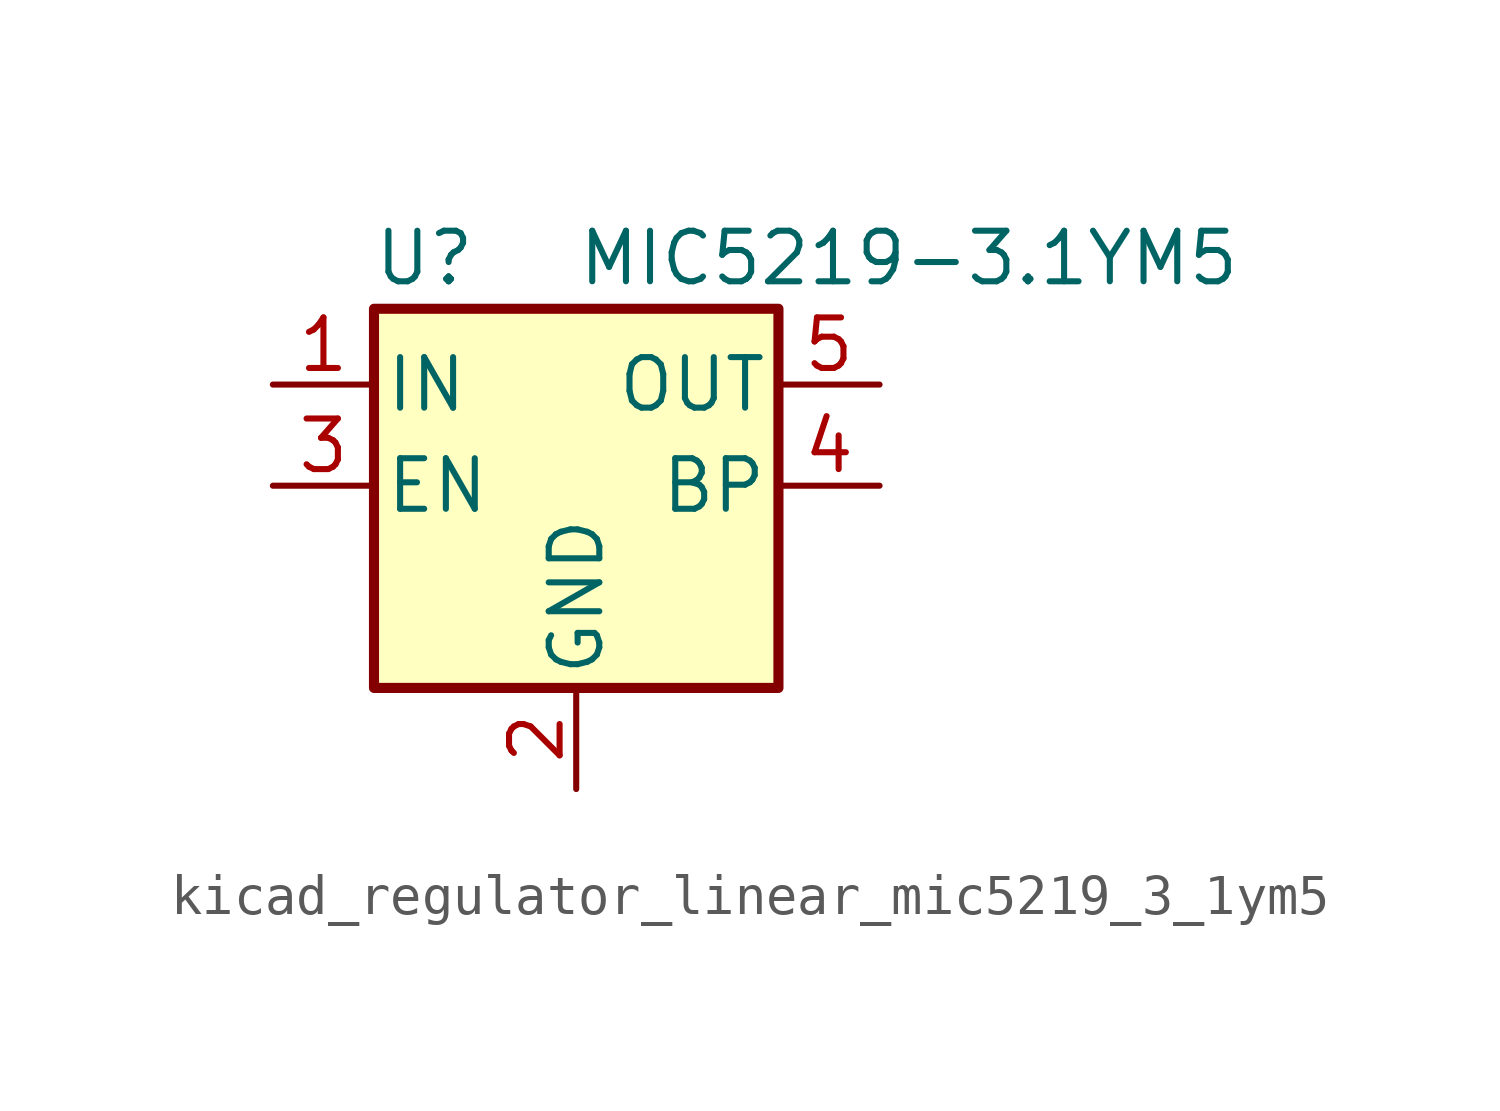
<source format=kicad_sym>
(kicad_symbol_lib
  (version 20220914)
  (generator kicad_symbol_editor)
  (symbol "kicad_regulator_linear_mic5219_3_1ym5"
    (pin_names
      (offset 0.254))
    (property "Reference" "U"
      (at -3.81 5.715 0)
      (effects (font (size 1.27 1.27))))
    (property "Value" "MIC5219-3.1YM5"
      (at 0 5.715 0)
      (effects (font (size 1.27 1.27)) (justify left)))
    (symbol "kicad_regulator_linear_mic5219_3_1ym5_0_1"
      (rectangle (start -5.08 4.445) (end 5.08 -5.08) (stroke (width 0.254) (type default)) (fill (type background))))
    (symbol "kicad_regulator_linear_mic5219_3_1ym5_1_1"
      (pin power_in line (at -7.62 2.54 0) (length 2.54) (name "IN" (effects (font (size 1.27 1.27)))) (number "1" (effects (font (size 1.27 1.27)))))
      (pin power_in line (at 0 -7.62 90) (length 2.54) (name "GND" (effects (font (size 1.27 1.27)))) (number "2" (effects (font (size 1.27 1.27)))))
      (pin input line (at -7.62 0 0) (length 2.54) (name "EN" (effects (font (size 1.27 1.27)))) (number "3" (effects (font (size 1.27 1.27)))))
      (pin input line (at 7.62 0 180) (length 2.54) (name "BP" (effects (font (size 1.27 1.27)))) (number "4" (effects (font (size 1.27 1.27)))))
      (pin power_out line (at 7.62 2.54 180) (length 2.54) (name "OUT" (effects (font (size 1.27 1.27)))) (number "5" (effects (font (size 1.27 1.27))))))))
</source>
